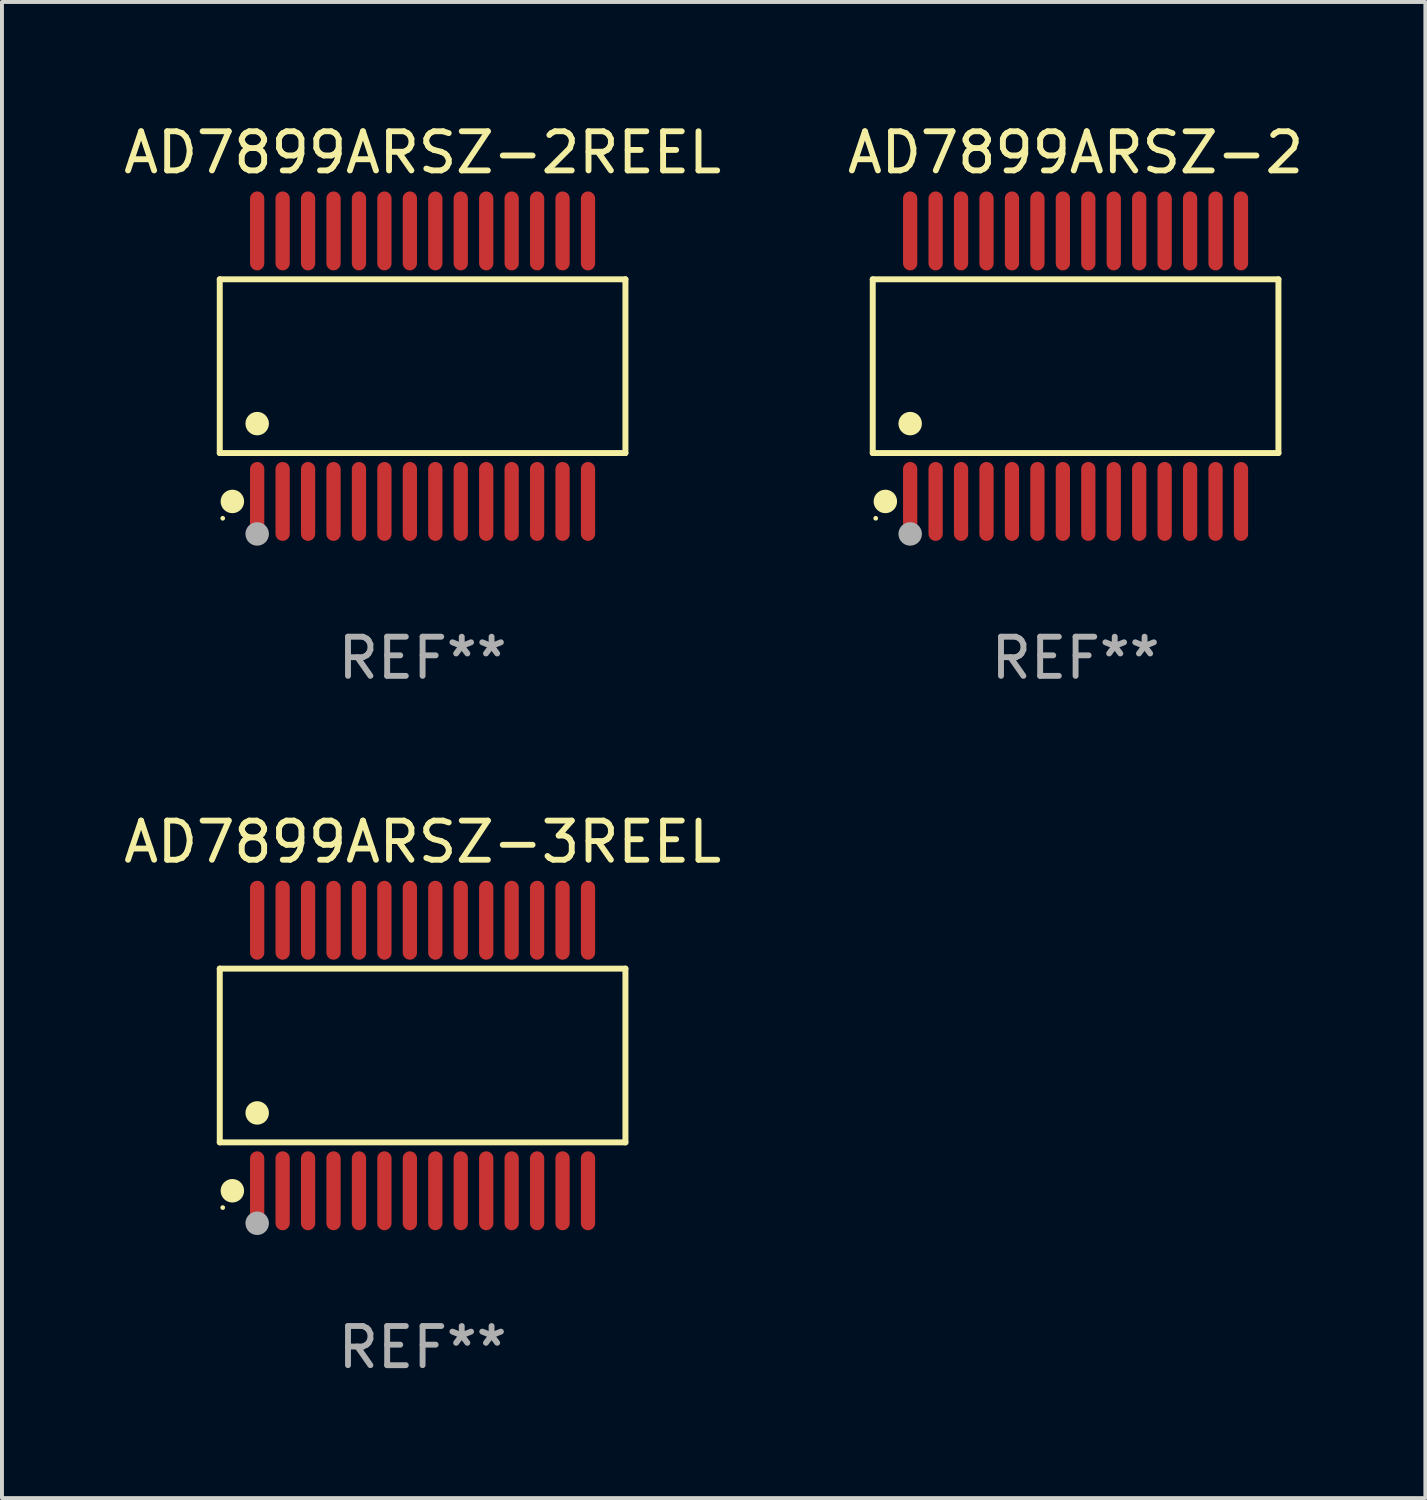
<source format=kicad_pcb>
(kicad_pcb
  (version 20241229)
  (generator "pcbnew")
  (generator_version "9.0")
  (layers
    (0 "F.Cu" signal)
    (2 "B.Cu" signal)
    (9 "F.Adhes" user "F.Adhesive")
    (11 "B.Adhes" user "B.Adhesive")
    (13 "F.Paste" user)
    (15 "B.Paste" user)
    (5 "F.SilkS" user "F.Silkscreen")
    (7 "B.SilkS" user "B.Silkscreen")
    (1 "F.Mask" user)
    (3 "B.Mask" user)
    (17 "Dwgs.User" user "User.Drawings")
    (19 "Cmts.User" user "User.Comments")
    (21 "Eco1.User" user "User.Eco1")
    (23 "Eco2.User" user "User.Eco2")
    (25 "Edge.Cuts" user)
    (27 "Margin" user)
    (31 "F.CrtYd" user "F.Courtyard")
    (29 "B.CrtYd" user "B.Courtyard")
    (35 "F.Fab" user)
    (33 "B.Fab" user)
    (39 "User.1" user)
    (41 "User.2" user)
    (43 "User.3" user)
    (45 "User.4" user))
  (footprint "AD7899ARSZ-2"
    (layer "F.Cu")
    (at 24.423 6.303)
    (property "Reference" "AD7899ARSZ-2" (at 0 -5.455 0) (layer "F.SilkS") (effects (font (size 1 1) (thickness 0.15))))
    (attr through_hole)
    (fp_line (start -5.181 -2.219) (end 5.181 -2.219) (stroke (width 0.152) (type solid)) (layer "F.SilkS"))
    (fp_line (start -5.181 2.219) (end -5.181 -2.219) (stroke (width 0.152) (type solid)) (layer "F.SilkS"))
    (fp_line (start 5.181 -2.219) (end 5.181 2.219) (stroke (width 0.152) (type solid)) (layer "F.SilkS"))
    (fp_line (start 5.181 2.219) (end -5.181 2.219) (stroke (width 0.152) (type solid)) (layer "F.SilkS"))
    (fp_circle (center -5.105 3.885) (end -5.075 3.885) (stroke (width 0.06) (type solid)) (fill no) (layer "F.SilkS"))
    (fp_circle (center -4.859 3.455) (end -4.709 3.455) (stroke (width 0.3) (type solid)) (fill no) (layer "F.SilkS"))
    (fp_circle (center -4.225 1.467) (end -4.075 1.467) (stroke (width 0.3) (type solid)) (fill no) (layer "F.SilkS"))
    (fp_circle (center -4.225 4.285) (end -4.075 4.285) (stroke (width 0.3) (type solid)) (fill no) (layer "F.Fab"))
    (fp_text user "REF**" (at 0 7.455 0) (layer "F.Fab") (effects (font (size 1 1) (thickness 0.15))))
    (pad "1" smd oval (at -4.225 3.455) (size 0.364 2.015) (layers "F.Cu" "F.Mask" "F.Paste"))
    (pad "2" smd oval (at -3.575 3.455) (size 0.364 2.015) (layers "F.Cu" "F.Mask" "F.Paste"))
    (pad "3" smd oval (at -2.925 3.455) (size 0.364 2.015) (layers "F.Cu" "F.Mask" "F.Paste"))
    (pad "4" smd oval (at -2.275 3.455) (size 0.364 2.015) (layers "F.Cu" "F.Mask" "F.Paste"))
    (pad "5" smd oval (at -1.625 3.455) (size 0.364 2.015) (layers "F.Cu" "F.Mask" "F.Paste"))
    (pad "6" smd oval (at -0.975 3.455) (size 0.364 2.015) (layers "F.Cu" "F.Mask" "F.Paste"))
    (pad "7" smd oval (at -0.325 3.455) (size 0.364 2.015) (layers "F.Cu" "F.Mask" "F.Paste"))
    (pad "8" smd oval (at 0.325 3.455) (size 0.364 2.015) (layers "F.Cu" "F.Mask" "F.Paste"))
    (pad "9" smd oval (at 0.975 3.455) (size 0.364 2.015) (layers "F.Cu" "F.Mask" "F.Paste"))
    (pad "10" smd oval (at 1.625 3.455) (size 0.364 2.015) (layers "F.Cu" "F.Mask" "F.Paste"))
    (pad "11" smd oval (at 2.275 3.455) (size 0.364 2.015) (layers "F.Cu" "F.Mask" "F.Paste"))
    (pad "12" smd oval (at 2.925 3.455) (size 0.364 2.015) (layers "F.Cu" "F.Mask" "F.Paste"))
    (pad "13" smd oval (at 3.575 3.455) (size 0.364 2.015) (layers "F.Cu" "F.Mask" "F.Paste"))
    (pad "14" smd oval (at 4.225 3.455) (size 0.364 2.015) (layers "F.Cu" "F.Mask" "F.Paste"))
    (pad "15" smd oval (at 4.225 -3.455) (size 0.364 2.015) (layers "F.Cu" "F.Mask" "F.Paste"))
    (pad "16" smd oval (at 3.575 -3.455) (size 0.364 2.015) (layers "F.Cu" "F.Mask" "F.Paste"))
    (pad "17" smd oval (at 2.925 -3.455) (size 0.364 2.015) (layers "F.Cu" "F.Mask" "F.Paste"))
    (pad "18" smd oval (at 2.275 -3.455) (size 0.364 2.015) (layers "F.Cu" "F.Mask" "F.Paste"))
    (pad "19" smd oval (at 1.625 -3.455) (size 0.364 2.015) (layers "F.Cu" "F.Mask" "F.Paste"))
    (pad "20" smd oval (at 0.975 -3.455) (size 0.364 2.015) (layers "F.Cu" "F.Mask" "F.Paste"))
    (pad "21" smd oval (at 0.325 -3.455) (size 0.364 2.015) (layers "F.Cu" "F.Mask" "F.Paste"))
    (pad "22" smd oval (at -0.325 -3.455) (size 0.364 2.015) (layers "F.Cu" "F.Mask" "F.Paste"))
    (pad "23" smd oval (at -0.975 -3.455) (size 0.364 2.015) (layers "F.Cu" "F.Mask" "F.Paste"))
    (pad "24" smd oval (at -1.625 -3.455) (size 0.364 2.015) (layers "F.Cu" "F.Mask" "F.Paste"))
    (pad "25" smd oval (at -2.275 -3.455) (size 0.364 2.015) (layers "F.Cu" "F.Mask" "F.Paste"))
    (pad "26" smd oval (at -2.925 -3.455) (size 0.364 2.015) (layers "F.Cu" "F.Mask" "F.Paste"))
    (pad "27" smd oval (at -3.575 -3.455) (size 0.364 2.015) (layers "F.Cu" "F.Mask" "F.Paste"))
    (pad "28" smd oval (at -4.225 -3.455) (size 0.364 2.015) (layers "F.Cu" "F.Mask" "F.Paste")))
  (footprint "AD7899ARSZ-2REEL"
    (layer "F.Cu")
    (at 7.744 6.303)
    (property "Reference" "AD7899ARSZ-2REEL" (at 0 -5.455 0) (layer "F.SilkS") (effects (font (size 1 1) (thickness 0.15))))
    (attr through_hole)
    (fp_line (start -5.181 -2.219) (end 5.181 -2.219) (stroke (width 0.152) (type solid)) (layer "F.SilkS"))
    (fp_line (start -5.181 2.219) (end -5.181 -2.219) (stroke (width 0.152) (type solid)) (layer "F.SilkS"))
    (fp_line (start 5.181 -2.219) (end 5.181 2.219) (stroke (width 0.152) (type solid)) (layer "F.SilkS"))
    (fp_line (start 5.181 2.219) (end -5.181 2.219) (stroke (width 0.152) (type solid)) (layer "F.SilkS"))
    (fp_circle (center -5.105 3.885) (end -5.075 3.885) (stroke (width 0.06) (type solid)) (fill no) (layer "F.SilkS"))
    (fp_circle (center -4.859 3.455) (end -4.709 3.455) (stroke (width 0.3) (type solid)) (fill no) (layer "F.SilkS"))
    (fp_circle (center -4.225 1.467) (end -4.075 1.467) (stroke (width 0.3) (type solid)) (fill no) (layer "F.SilkS"))
    (fp_circle (center -4.225 4.285) (end -4.075 4.285) (stroke (width 0.3) (type solid)) (fill no) (layer "F.Fab"))
    (fp_text user "REF**" (at 0 7.455 0) (layer "F.Fab") (effects (font (size 1 1) (thickness 0.15))))
    (pad "1" smd oval (at -4.225 3.455) (size 0.364 2.015) (layers "F.Cu" "F.Mask" "F.Paste"))
    (pad "2" smd oval (at -3.575 3.455) (size 0.364 2.015) (layers "F.Cu" "F.Mask" "F.Paste"))
    (pad "3" smd oval (at -2.925 3.455) (size 0.364 2.015) (layers "F.Cu" "F.Mask" "F.Paste"))
    (pad "4" smd oval (at -2.275 3.455) (size 0.364 2.015) (layers "F.Cu" "F.Mask" "F.Paste"))
    (pad "5" smd oval (at -1.625 3.455) (size 0.364 2.015) (layers "F.Cu" "F.Mask" "F.Paste"))
    (pad "6" smd oval (at -0.975 3.455) (size 0.364 2.015) (layers "F.Cu" "F.Mask" "F.Paste"))
    (pad "7" smd oval (at -0.325 3.455) (size 0.364 2.015) (layers "F.Cu" "F.Mask" "F.Paste"))
    (pad "8" smd oval (at 0.325 3.455) (size 0.364 2.015) (layers "F.Cu" "F.Mask" "F.Paste"))
    (pad "9" smd oval (at 0.975 3.455) (size 0.364 2.015) (layers "F.Cu" "F.Mask" "F.Paste"))
    (pad "10" smd oval (at 1.625 3.455) (size 0.364 2.015) (layers "F.Cu" "F.Mask" "F.Paste"))
    (pad "11" smd oval (at 2.275 3.455) (size 0.364 2.015) (layers "F.Cu" "F.Mask" "F.Paste"))
    (pad "12" smd oval (at 2.925 3.455) (size 0.364 2.015) (layers "F.Cu" "F.Mask" "F.Paste"))
    (pad "13" smd oval (at 3.575 3.455) (size 0.364 2.015) (layers "F.Cu" "F.Mask" "F.Paste"))
    (pad "14" smd oval (at 4.225 3.455) (size 0.364 2.015) (layers "F.Cu" "F.Mask" "F.Paste"))
    (pad "15" smd oval (at 4.225 -3.455) (size 0.364 2.015) (layers "F.Cu" "F.Mask" "F.Paste"))
    (pad "16" smd oval (at 3.575 -3.455) (size 0.364 2.015) (layers "F.Cu" "F.Mask" "F.Paste"))
    (pad "17" smd oval (at 2.925 -3.455) (size 0.364 2.015) (layers "F.Cu" "F.Mask" "F.Paste"))
    (pad "18" smd oval (at 2.275 -3.455) (size 0.364 2.015) (layers "F.Cu" "F.Mask" "F.Paste"))
    (pad "19" smd oval (at 1.625 -3.455) (size 0.364 2.015) (layers "F.Cu" "F.Mask" "F.Paste"))
    (pad "20" smd oval (at 0.975 -3.455) (size 0.364 2.015) (layers "F.Cu" "F.Mask" "F.Paste"))
    (pad "21" smd oval (at 0.325 -3.455) (size 0.364 2.015) (layers "F.Cu" "F.Mask" "F.Paste"))
    (pad "22" smd oval (at -0.325 -3.455) (size 0.364 2.015) (layers "F.Cu" "F.Mask" "F.Paste"))
    (pad "23" smd oval (at -0.975 -3.455) (size 0.364 2.015) (layers "F.Cu" "F.Mask" "F.Paste"))
    (pad "24" smd oval (at -1.625 -3.455) (size 0.364 2.015) (layers "F.Cu" "F.Mask" "F.Paste"))
    (pad "25" smd oval (at -2.275 -3.455) (size 0.364 2.015) (layers "F.Cu" "F.Mask" "F.Paste"))
    (pad "26" smd oval (at -2.925 -3.455) (size 0.364 2.015) (layers "F.Cu" "F.Mask" "F.Paste"))
    (pad "27" smd oval (at -3.575 -3.455) (size 0.364 2.015) (layers "F.Cu" "F.Mask" "F.Paste"))
    (pad "28" smd oval (at -4.225 -3.455) (size 0.364 2.015) (layers "F.Cu" "F.Mask" "F.Paste")))
  (footprint "AD7899ARSZ-3REEL"
    (layer "F.Cu")
    (at 7.744 23.91)
    (property "Reference" "AD7899ARSZ-3REEL" (at 0 -5.455 0) (layer "F.SilkS") (effects (font (size 1 1) (thickness 0.15))))
    (attr through_hole)
    (fp_line (start -5.181 -2.219) (end 5.181 -2.219) (stroke (width 0.152) (type solid)) (layer "F.SilkS"))
    (fp_line (start -5.181 2.219) (end -5.181 -2.219) (stroke (width 0.152) (type solid)) (layer "F.SilkS"))
    (fp_line (start 5.181 -2.219) (end 5.181 2.219) (stroke (width 0.152) (type solid)) (layer "F.SilkS"))
    (fp_line (start 5.181 2.219) (end -5.181 2.219) (stroke (width 0.152) (type solid)) (layer "F.SilkS"))
    (fp_circle (center -5.105 3.885) (end -5.075 3.885) (stroke (width 0.06) (type solid)) (fill no) (layer "F.SilkS"))
    (fp_circle (center -4.859 3.455) (end -4.709 3.455) (stroke (width 0.3) (type solid)) (fill no) (layer "F.SilkS"))
    (fp_circle (center -4.225 1.467) (end -4.075 1.467) (stroke (width 0.3) (type solid)) (fill no) (layer "F.SilkS"))
    (fp_circle (center -4.225 4.285) (end -4.075 4.285) (stroke (width 0.3) (type solid)) (fill no) (layer "F.Fab"))
    (fp_text user "REF**" (at 0 7.455 0) (layer "F.Fab") (effects (font (size 1 1) (thickness 0.15))))
    (pad "1" smd oval (at -4.225 3.455) (size 0.364 2.015) (layers "F.Cu" "F.Mask" "F.Paste"))
    (pad "2" smd oval (at -3.575 3.455) (size 0.364 2.015) (layers "F.Cu" "F.Mask" "F.Paste"))
    (pad "3" smd oval (at -2.925 3.455) (size 0.364 2.015) (layers "F.Cu" "F.Mask" "F.Paste"))
    (pad "4" smd oval (at -2.275 3.455) (size 0.364 2.015) (layers "F.Cu" "F.Mask" "F.Paste"))
    (pad "5" smd oval (at -1.625 3.455) (size 0.364 2.015) (layers "F.Cu" "F.Mask" "F.Paste"))
    (pad "6" smd oval (at -0.975 3.455) (size 0.364 2.015) (layers "F.Cu" "F.Mask" "F.Paste"))
    (pad "7" smd oval (at -0.325 3.455) (size 0.364 2.015) (layers "F.Cu" "F.Mask" "F.Paste"))
    (pad "8" smd oval (at 0.325 3.455) (size 0.364 2.015) (layers "F.Cu" "F.Mask" "F.Paste"))
    (pad "9" smd oval (at 0.975 3.455) (size 0.364 2.015) (layers "F.Cu" "F.Mask" "F.Paste"))
    (pad "10" smd oval (at 1.625 3.455) (size 0.364 2.015) (layers "F.Cu" "F.Mask" "F.Paste"))
    (pad "11" smd oval (at 2.275 3.455) (size 0.364 2.015) (layers "F.Cu" "F.Mask" "F.Paste"))
    (pad "12" smd oval (at 2.925 3.455) (size 0.364 2.015) (layers "F.Cu" "F.Mask" "F.Paste"))
    (pad "13" smd oval (at 3.575 3.455) (size 0.364 2.015) (layers "F.Cu" "F.Mask" "F.Paste"))
    (pad "14" smd oval (at 4.225 3.455) (size 0.364 2.015) (layers "F.Cu" "F.Mask" "F.Paste"))
    (pad "15" smd oval (at 4.225 -3.455) (size 0.364 2.015) (layers "F.Cu" "F.Mask" "F.Paste"))
    (pad "16" smd oval (at 3.575 -3.455) (size 0.364 2.015) (layers "F.Cu" "F.Mask" "F.Paste"))
    (pad "17" smd oval (at 2.925 -3.455) (size 0.364 2.015) (layers "F.Cu" "F.Mask" "F.Paste"))
    (pad "18" smd oval (at 2.275 -3.455) (size 0.364 2.015) (layers "F.Cu" "F.Mask" "F.Paste"))
    (pad "19" smd oval (at 1.625 -3.455) (size 0.364 2.015) (layers "F.Cu" "F.Mask" "F.Paste"))
    (pad "20" smd oval (at 0.975 -3.455) (size 0.364 2.015) (layers "F.Cu" "F.Mask" "F.Paste"))
    (pad "21" smd oval (at 0.325 -3.455) (size 0.364 2.015) (layers "F.Cu" "F.Mask" "F.Paste"))
    (pad "22" smd oval (at -0.325 -3.455) (size 0.364 2.015) (layers "F.Cu" "F.Mask" "F.Paste"))
    (pad "23" smd oval (at -0.975 -3.455) (size 0.364 2.015) (layers "F.Cu" "F.Mask" "F.Paste"))
    (pad "24" smd oval (at -1.625 -3.455) (size 0.364 2.015) (layers "F.Cu" "F.Mask" "F.Paste"))
    (pad "25" smd oval (at -2.275 -3.455) (size 0.364 2.015) (layers "F.Cu" "F.Mask" "F.Paste"))
    (pad "26" smd oval (at -2.925 -3.455) (size 0.364 2.015) (layers "F.Cu" "F.Mask" "F.Paste"))
    (pad "27" smd oval (at -3.575 -3.455) (size 0.364 2.015) (layers "F.Cu" "F.Mask" "F.Paste"))
    (pad "28" smd oval (at -4.225 -3.455) (size 0.364 2.015) (layers "F.Cu" "F.Mask" "F.Paste")))
  (gr_rect
    (start -3 -3)
    (end 33.357 35.214)
    (stroke (width 0.1) (type default))
    (fill no)
    (layer "Edge.Cuts")))
</source>
